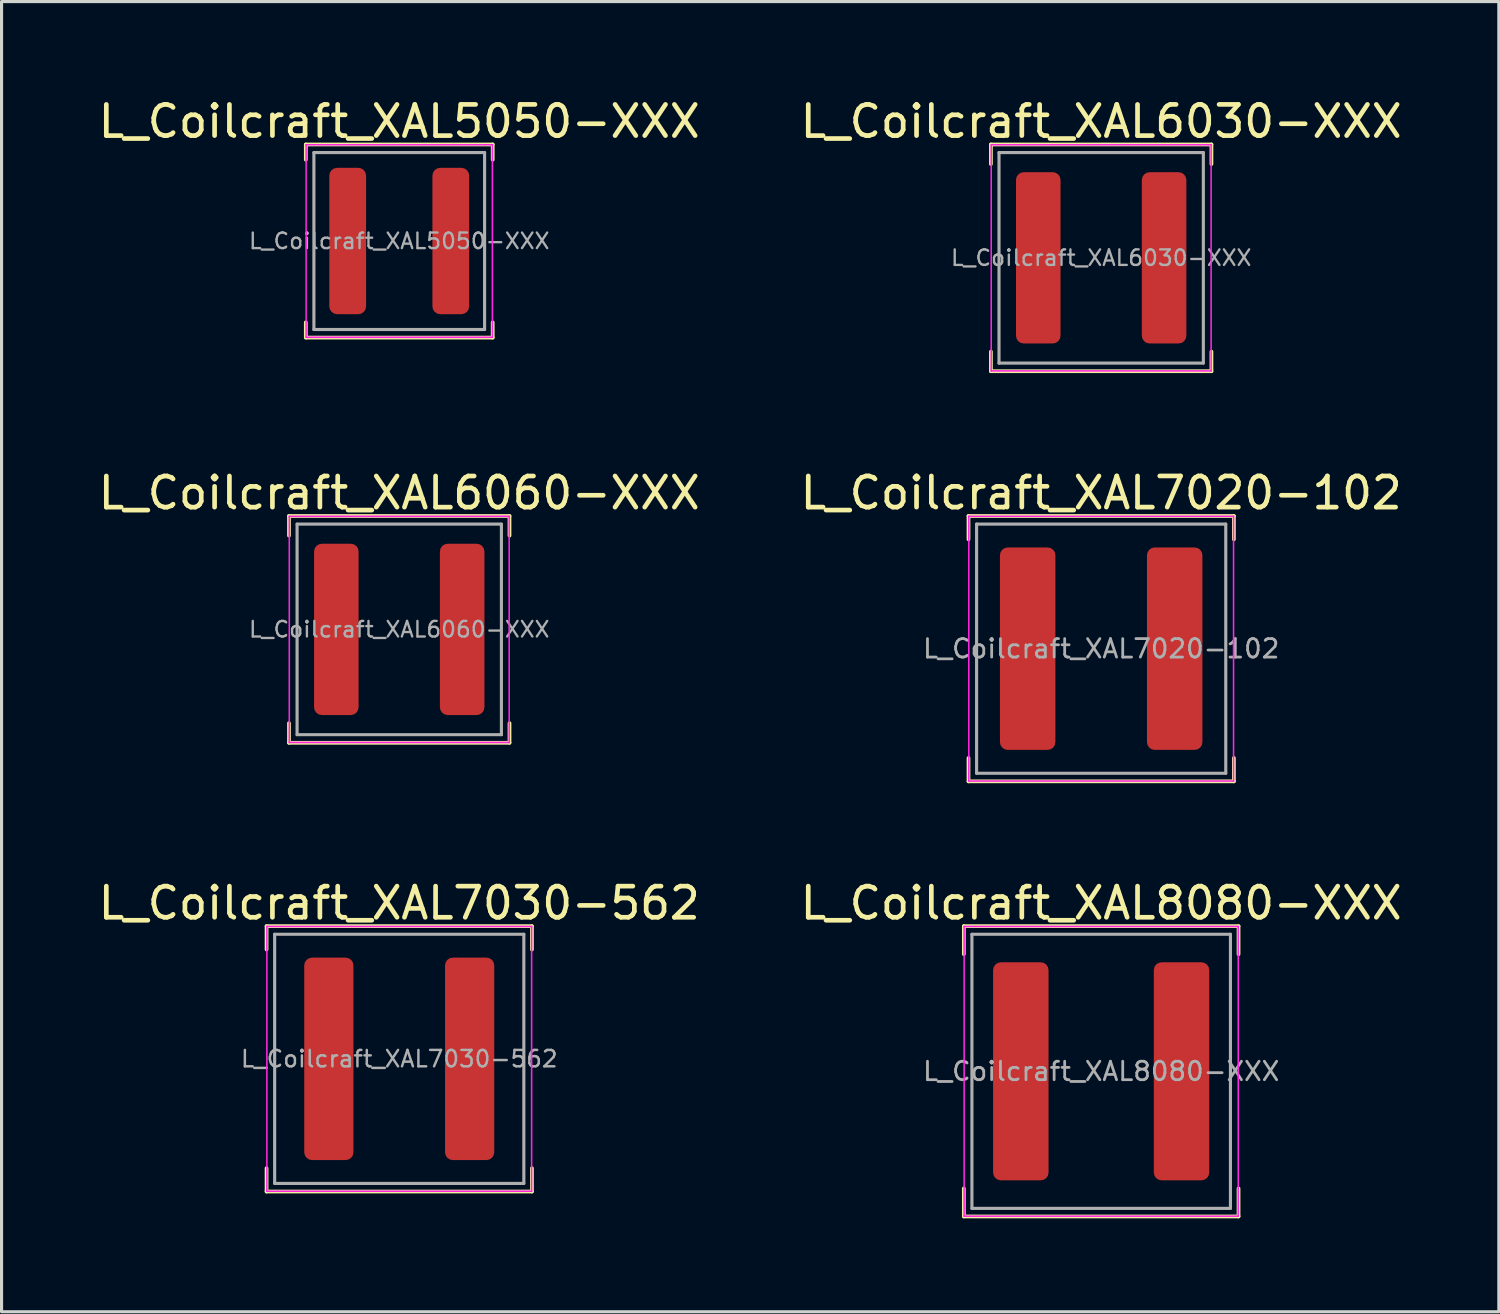
<source format=kicad_pcb>
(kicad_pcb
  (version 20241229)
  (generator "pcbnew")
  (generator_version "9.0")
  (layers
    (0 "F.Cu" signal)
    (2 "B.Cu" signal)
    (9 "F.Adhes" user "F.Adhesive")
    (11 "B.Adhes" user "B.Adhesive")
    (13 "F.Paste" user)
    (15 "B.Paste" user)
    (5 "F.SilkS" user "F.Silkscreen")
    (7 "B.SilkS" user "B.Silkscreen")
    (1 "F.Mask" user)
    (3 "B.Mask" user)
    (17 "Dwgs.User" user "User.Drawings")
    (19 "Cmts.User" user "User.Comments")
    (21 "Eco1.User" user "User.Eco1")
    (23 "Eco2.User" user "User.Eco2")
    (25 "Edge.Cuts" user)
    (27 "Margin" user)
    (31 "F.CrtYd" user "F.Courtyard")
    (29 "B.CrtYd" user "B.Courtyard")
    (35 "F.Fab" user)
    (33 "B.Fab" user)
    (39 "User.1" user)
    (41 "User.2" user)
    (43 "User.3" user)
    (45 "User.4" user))
  (footprint "L_Coilcraft_XAL8080-XXX"
    (layer "F.Cu")
    (at 32.304 31.345)
    (property "Reference" "L_Coilcraft_XAL8080-XXX" (at 0 -5.4 0) (layer "F.SilkS") (effects (font (size 1 1) (thickness 0.15))))
    (attr smd)
    (fp_line (start -4.41 -4.66) (end -4.41 -3.76) (stroke (width 0.12) (type solid)) (layer "F.SilkS"))
    (fp_line (start -4.41 -4.66) (end 4.41 -4.66) (stroke (width 0.12) (type solid)) (layer "F.SilkS"))
    (fp_line (start -4.41 4.66) (end -4.41 3.76) (stroke (width 0.12) (type solid)) (layer "F.SilkS"))
    (fp_line (start -4.41 4.66) (end 4.41 4.66) (stroke (width 0.12) (type solid)) (layer "F.SilkS"))
    (fp_line (start 4.41 -4.66) (end 4.41 -3.76) (stroke (width 0.12) (type solid)) (layer "F.SilkS"))
    (fp_line (start 4.41 4.66) (end 4.41 3.76) (stroke (width 0.12) (type solid)) (layer "F.SilkS"))
    (fp_line (start -4.4 -4.65) (end -4.4 4.65) (stroke (width 0.05) (type solid)) (layer "F.CrtYd"))
    (fp_line (start -4.4 4.65) (end 4.4 4.65) (stroke (width 0.05) (type solid)) (layer "F.CrtYd"))
    (fp_line (start 4.4 -4.65) (end -4.4 -4.65) (stroke (width 0.05) (type solid)) (layer "F.CrtYd"))
    (fp_line (start 4.4 4.65) (end 4.4 -4.65) (stroke (width 0.05) (type solid)) (layer "F.CrtYd"))
    (fp_line (start -4.15 -4.4) (end -4.15 4.4) (stroke (width 0.1) (type solid)) (layer "F.Fab"))
    (fp_line (start -4.15 4.4) (end 4.15 4.4) (stroke (width 0.1) (type solid)) (layer "F.Fab"))
    (fp_line (start 4.15 -4.4) (end -4.15 -4.4) (stroke (width 0.1) (type solid)) (layer "F.Fab"))
    (fp_line (start 4.15 4.4) (end 4.15 -4.4) (stroke (width 0.1) (type solid)) (layer "F.Fab"))
    (fp_text user "${REFERENCE}" (at 0 0 0) (layer "F.Fab") (effects (font (size 0.593 0.593) (thickness 0.089))))
    (pad "1" smd roundrect (at -2.58 0) (size 1.78 7) (layers "F.Cu" "F.Mask" "F.Paste") (roundrect_rratio 0.14))
    (pad "2" smd roundrect (at 2.58 0) (size 1.78 7) (layers "F.Cu" "F.Mask" "F.Paste") (roundrect_rratio 0.14)))
  (footprint "L_Coilcraft_XAL6060-XXX"
    (layer "F.Cu")
    (at 9.768 17.157)
    (property "Reference" "L_Coilcraft_XAL6060-XXX" (at 0 -4.38 0) (layer "F.SilkS") (effects (font (size 1 1) (thickness 0.15))))
    (attr smd)
    (fp_line (start -3.54 -3.64) (end -3.54 -3.01) (stroke (width 0.12) (type solid)) (layer "F.SilkS"))
    (fp_line (start -3.54 -3.64) (end 3.54 -3.64) (stroke (width 0.12) (type solid)) (layer "F.SilkS"))
    (fp_line (start -3.54 3.64) (end -3.54 3.01) (stroke (width 0.12) (type solid)) (layer "F.SilkS"))
    (fp_line (start -3.54 3.64) (end 3.54 3.64) (stroke (width 0.12) (type solid)) (layer "F.SilkS"))
    (fp_line (start 3.54 -3.64) (end 3.54 -3.01) (stroke (width 0.12) (type solid)) (layer "F.SilkS"))
    (fp_line (start 3.54 3.64) (end 3.54 3.01) (stroke (width 0.12) (type solid)) (layer "F.SilkS"))
    (fp_line (start -3.53 -3.63) (end -3.53 3.63) (stroke (width 0.05) (type solid)) (layer "F.CrtYd"))
    (fp_line (start -3.53 3.63) (end 3.53 3.63) (stroke (width 0.05) (type solid)) (layer "F.CrtYd"))
    (fp_line (start 3.53 -3.63) (end -3.53 -3.63) (stroke (width 0.05) (type solid)) (layer "F.CrtYd"))
    (fp_line (start 3.53 3.63) (end 3.53 -3.63) (stroke (width 0.05) (type solid)) (layer "F.CrtYd"))
    (fp_line (start -3.28 -3.38) (end -3.28 3.38) (stroke (width 0.1) (type solid)) (layer "F.Fab"))
    (fp_line (start -3.28 3.38) (end 3.28 3.38) (stroke (width 0.1) (type solid)) (layer "F.Fab"))
    (fp_line (start 3.28 -3.38) (end -3.28 -3.38) (stroke (width 0.1) (type solid)) (layer "F.Fab"))
    (fp_line (start 3.28 3.38) (end 3.28 -3.38) (stroke (width 0.1) (type solid)) (layer "F.Fab"))
    (fp_text user "${REFERENCE}" (at 0 0 0) (layer "F.Fab") (effects (font (size 0.5 0.5) (thickness 0.075))))
    (pad "1" smd roundrect (at -2.02 0) (size 1.43 5.5) (layers "F.Cu" "F.Mask" "F.Paste") (roundrect_rratio 0.175))
    (pad "2" smd roundrect (at 2.02 0) (size 1.43 5.5) (layers "F.Cu" "F.Mask" "F.Paste") (roundrect_rratio 0.175)))
  (footprint "L_Coilcraft_XAL6030-XXX"
    (layer "F.Cu")
    (at 32.304 5.228)
    (property "Reference" "L_Coilcraft_XAL6030-XXX" (at 0 -4.38 0) (layer "F.SilkS") (effects (font (size 1 1) (thickness 0.15))))
    (attr smd)
    (fp_line (start -3.54 -3.64) (end -3.54 -3.01) (stroke (width 0.12) (type solid)) (layer "F.SilkS"))
    (fp_line (start -3.54 -3.64) (end 3.54 -3.64) (stroke (width 0.12) (type solid)) (layer "F.SilkS"))
    (fp_line (start -3.54 3.64) (end -3.54 3.01) (stroke (width 0.12) (type solid)) (layer "F.SilkS"))
    (fp_line (start -3.54 3.64) (end 3.54 3.64) (stroke (width 0.12) (type solid)) (layer "F.SilkS"))
    (fp_line (start 3.54 -3.64) (end 3.54 -3.01) (stroke (width 0.12) (type solid)) (layer "F.SilkS"))
    (fp_line (start 3.54 3.64) (end 3.54 3.01) (stroke (width 0.12) (type solid)) (layer "F.SilkS"))
    (fp_line (start -3.53 -3.63) (end -3.53 3.63) (stroke (width 0.05) (type solid)) (layer "F.CrtYd"))
    (fp_line (start -3.53 3.63) (end 3.53 3.63) (stroke (width 0.05) (type solid)) (layer "F.CrtYd"))
    (fp_line (start 3.53 -3.63) (end -3.53 -3.63) (stroke (width 0.05) (type solid)) (layer "F.CrtYd"))
    (fp_line (start 3.53 3.63) (end 3.53 -3.63) (stroke (width 0.05) (type solid)) (layer "F.CrtYd"))
    (fp_line (start -3.28 -3.38) (end -3.28 3.38) (stroke (width 0.1) (type solid)) (layer "F.Fab"))
    (fp_line (start -3.28 3.38) (end 3.28 3.38) (stroke (width 0.1) (type solid)) (layer "F.Fab"))
    (fp_line (start 3.28 -3.38) (end -3.28 -3.38) (stroke (width 0.1) (type solid)) (layer "F.Fab"))
    (fp_line (start 3.28 3.38) (end 3.28 -3.38) (stroke (width 0.1) (type solid)) (layer "F.Fab"))
    (fp_text user "${REFERENCE}" (at 0 0 0) (layer "F.Fab") (effects (font (size 0.5 0.5) (thickness 0.075))))
    (pad "1" smd roundrect (at -2.02 0) (size 1.43 5.5) (layers "F.Cu" "F.Mask" "F.Paste") (roundrect_rratio 0.175))
    (pad "2" smd roundrect (at 2.02 0) (size 1.43 5.5) (layers "F.Cu" "F.Mask" "F.Paste") (roundrect_rratio 0.175)))
  (footprint "L_Coilcraft_XAL7030-562"
    (layer "F.Cu")
    (at 9.768 30.945)
    (property "Reference" "L_Coilcraft_XAL7030-562" (at 0 -5 0) (layer "F.SilkS") (effects (font (size 1 1) (thickness 0.15))))
    (attr smd)
    (fp_line (start -4.26 -4.26) (end -4.26 -3.51) (stroke (width 0.12) (type solid)) (layer "F.SilkS"))
    (fp_line (start -4.26 -4.26) (end 4.26 -4.26) (stroke (width 0.12) (type solid)) (layer "F.SilkS"))
    (fp_line (start -4.26 4.26) (end -4.26 3.51) (stroke (width 0.12) (type solid)) (layer "F.SilkS"))
    (fp_line (start -4.26 4.26) (end 4.26 4.26) (stroke (width 0.12) (type solid)) (layer "F.SilkS"))
    (fp_line (start 4.26 -4.26) (end 4.26 -3.51) (stroke (width 0.12) (type solid)) (layer "F.SilkS"))
    (fp_line (start 4.26 4.26) (end 4.26 3.51) (stroke (width 0.12) (type solid)) (layer "F.SilkS"))
    (fp_line (start -4.25 -4.25) (end -4.25 4.25) (stroke (width 0.05) (type solid)) (layer "F.CrtYd"))
    (fp_line (start -4.25 4.25) (end 4.25 4.25) (stroke (width 0.05) (type solid)) (layer "F.CrtYd"))
    (fp_line (start 4.25 -4.25) (end -4.25 -4.25) (stroke (width 0.05) (type solid)) (layer "F.CrtYd"))
    (fp_line (start 4.25 4.25) (end 4.25 -4.25) (stroke (width 0.05) (type solid)) (layer "F.CrtYd"))
    (fp_line (start -4 -4) (end -4 4) (stroke (width 0.1) (type solid)) (layer "F.Fab"))
    (fp_line (start -4 4) (end 4 4) (stroke (width 0.1) (type solid)) (layer "F.Fab"))
    (fp_line (start 4 -4) (end -4 -4) (stroke (width 0.1) (type solid)) (layer "F.Fab"))
    (fp_line (start 4 4) (end 4 -4) (stroke (width 0.1) (type solid)) (layer "F.Fab"))
    (fp_text user "${REFERENCE}" (at 0 0 0) (layer "F.Fab") (effects (font (size 0.527 0.527) (thickness 0.079))))
    (pad "1" smd roundrect (at -2.26 0) (size 1.58 6.5) (layers "F.Cu" "F.Mask" "F.Paste") (roundrect_rratio 0.158))
    (pad "2" smd roundrect (at 2.26 0) (size 1.58 6.5) (layers "F.Cu" "F.Mask" "F.Paste") (roundrect_rratio 0.158)))
  (footprint "L_Coilcraft_XAL5050-XXX"
    (layer "F.Cu")
    (at 9.768 4.688)
    (property "Reference" "L_Coilcraft_XAL5050-XXX" (at 0 -3.84 0) (layer "F.SilkS") (effects (font (size 1 1) (thickness 0.15))))
    (attr smd)
    (fp_line (start -3 -3.1) (end -3 -2.61) (stroke (width 0.12) (type solid)) (layer "F.SilkS"))
    (fp_line (start -3 -3.1) (end 3 -3.1) (stroke (width 0.12) (type solid)) (layer "F.SilkS"))
    (fp_line (start -3 3.1) (end -3 2.61) (stroke (width 0.12) (type solid)) (layer "F.SilkS"))
    (fp_line (start -3 3.1) (end 3 3.1) (stroke (width 0.12) (type solid)) (layer "F.SilkS"))
    (fp_line (start 3 -3.1) (end 3 -2.61) (stroke (width 0.12) (type solid)) (layer "F.SilkS"))
    (fp_line (start 3 3.1) (end 3 2.61) (stroke (width 0.12) (type solid)) (layer "F.SilkS"))
    (fp_line (start -2.99 -3.09) (end -2.99 3.09) (stroke (width 0.05) (type solid)) (layer "F.CrtYd"))
    (fp_line (start -2.99 3.09) (end 2.99 3.09) (stroke (width 0.05) (type solid)) (layer "F.CrtYd"))
    (fp_line (start 2.99 -3.09) (end -2.99 -3.09) (stroke (width 0.05) (type solid)) (layer "F.CrtYd"))
    (fp_line (start 2.99 3.09) (end 2.99 -3.09) (stroke (width 0.05) (type solid)) (layer "F.CrtYd"))
    (fp_line (start -2.74 -2.84) (end -2.74 2.84) (stroke (width 0.1) (type solid)) (layer "F.Fab"))
    (fp_line (start -2.74 2.84) (end 2.74 2.84) (stroke (width 0.1) (type solid)) (layer "F.Fab"))
    (fp_line (start 2.74 -2.84) (end -2.74 -2.84) (stroke (width 0.1) (type solid)) (layer "F.Fab"))
    (fp_line (start 2.74 2.84) (end 2.74 -2.84) (stroke (width 0.1) (type solid)) (layer "F.Fab"))
    (fp_text user "${REFERENCE}" (at 0 0 0) (layer "F.Fab") (effects (font (size 0.5 0.5) (thickness 0.075))))
    (pad "1" smd roundrect (at -1.655 0) (size 1.18 4.7) (layers "F.Cu" "F.Mask" "F.Paste") (roundrect_rratio 0.212))
    (pad "2" smd roundrect (at 1.655 0) (size 1.18 4.7) (layers "F.Cu" "F.Mask" "F.Paste") (roundrect_rratio 0.212)))
  (footprint "L_Coilcraft_XAL7020-102"
    (layer "F.Cu")
    (at 32.304 17.776)
    (property "Reference" "L_Coilcraft_XAL7020-102" (at 0 -5 0) (layer "F.SilkS") (effects (font (size 1 1) (thickness 0.15))))
    (attr smd)
    (fp_line (start -4.26 -4.26) (end -4.26 -3.51) (stroke (width 0.12) (type solid)) (layer "F.SilkS"))
    (fp_line (start -4.26 -4.26) (end 4.26 -4.26) (stroke (width 0.12) (type solid)) (layer "F.SilkS"))
    (fp_line (start -4.26 4.26) (end -4.26 3.51) (stroke (width 0.12) (type solid)) (layer "F.SilkS"))
    (fp_line (start -4.26 4.26) (end 4.26 4.26) (stroke (width 0.12) (type solid)) (layer "F.SilkS"))
    (fp_line (start 4.26 -4.26) (end 4.26 -3.51) (stroke (width 0.12) (type solid)) (layer "F.SilkS"))
    (fp_line (start 4.26 4.26) (end 4.26 3.51) (stroke (width 0.12) (type solid)) (layer "F.SilkS"))
    (fp_line (start -4.25 -4.25) (end -4.25 4.25) (stroke (width 0.05) (type solid)) (layer "F.CrtYd"))
    (fp_line (start -4.25 4.25) (end 4.25 4.25) (stroke (width 0.05) (type solid)) (layer "F.CrtYd"))
    (fp_line (start 4.25 -4.25) (end -4.25 -4.25) (stroke (width 0.05) (type solid)) (layer "F.CrtYd"))
    (fp_line (start 4.25 4.25) (end 4.25 -4.25) (stroke (width 0.05) (type solid)) (layer "F.CrtYd"))
    (fp_line (start -4 -4) (end -4 4) (stroke (width 0.1) (type solid)) (layer "F.Fab"))
    (fp_line (start -4 4) (end 4 4) (stroke (width 0.1) (type solid)) (layer "F.Fab"))
    (fp_line (start 4 -4) (end -4 -4) (stroke (width 0.1) (type solid)) (layer "F.Fab"))
    (fp_line (start 4 4) (end 4 -4) (stroke (width 0.1) (type solid)) (layer "F.Fab"))
    (fp_text user "${REFERENCE}" (at 0 0 0) (layer "F.Fab") (effects (font (size 0.593 0.593) (thickness 0.089))))
    (pad "1" smd roundrect (at -2.36 0) (size 1.78 6.5) (layers "F.Cu" "F.Mask" "F.Paste") (roundrect_rratio 0.14))
    (pad "2" smd roundrect (at 2.36 0) (size 1.78 6.5) (layers "F.Cu" "F.Mask" "F.Paste") (roundrect_rratio 0.14)))
  (gr_rect
    (start -3 -3)
    (end 45.071 39.065)
    (stroke (width 0.1) (type default))
    (fill no)
    (layer "Edge.Cuts")))
</source>
